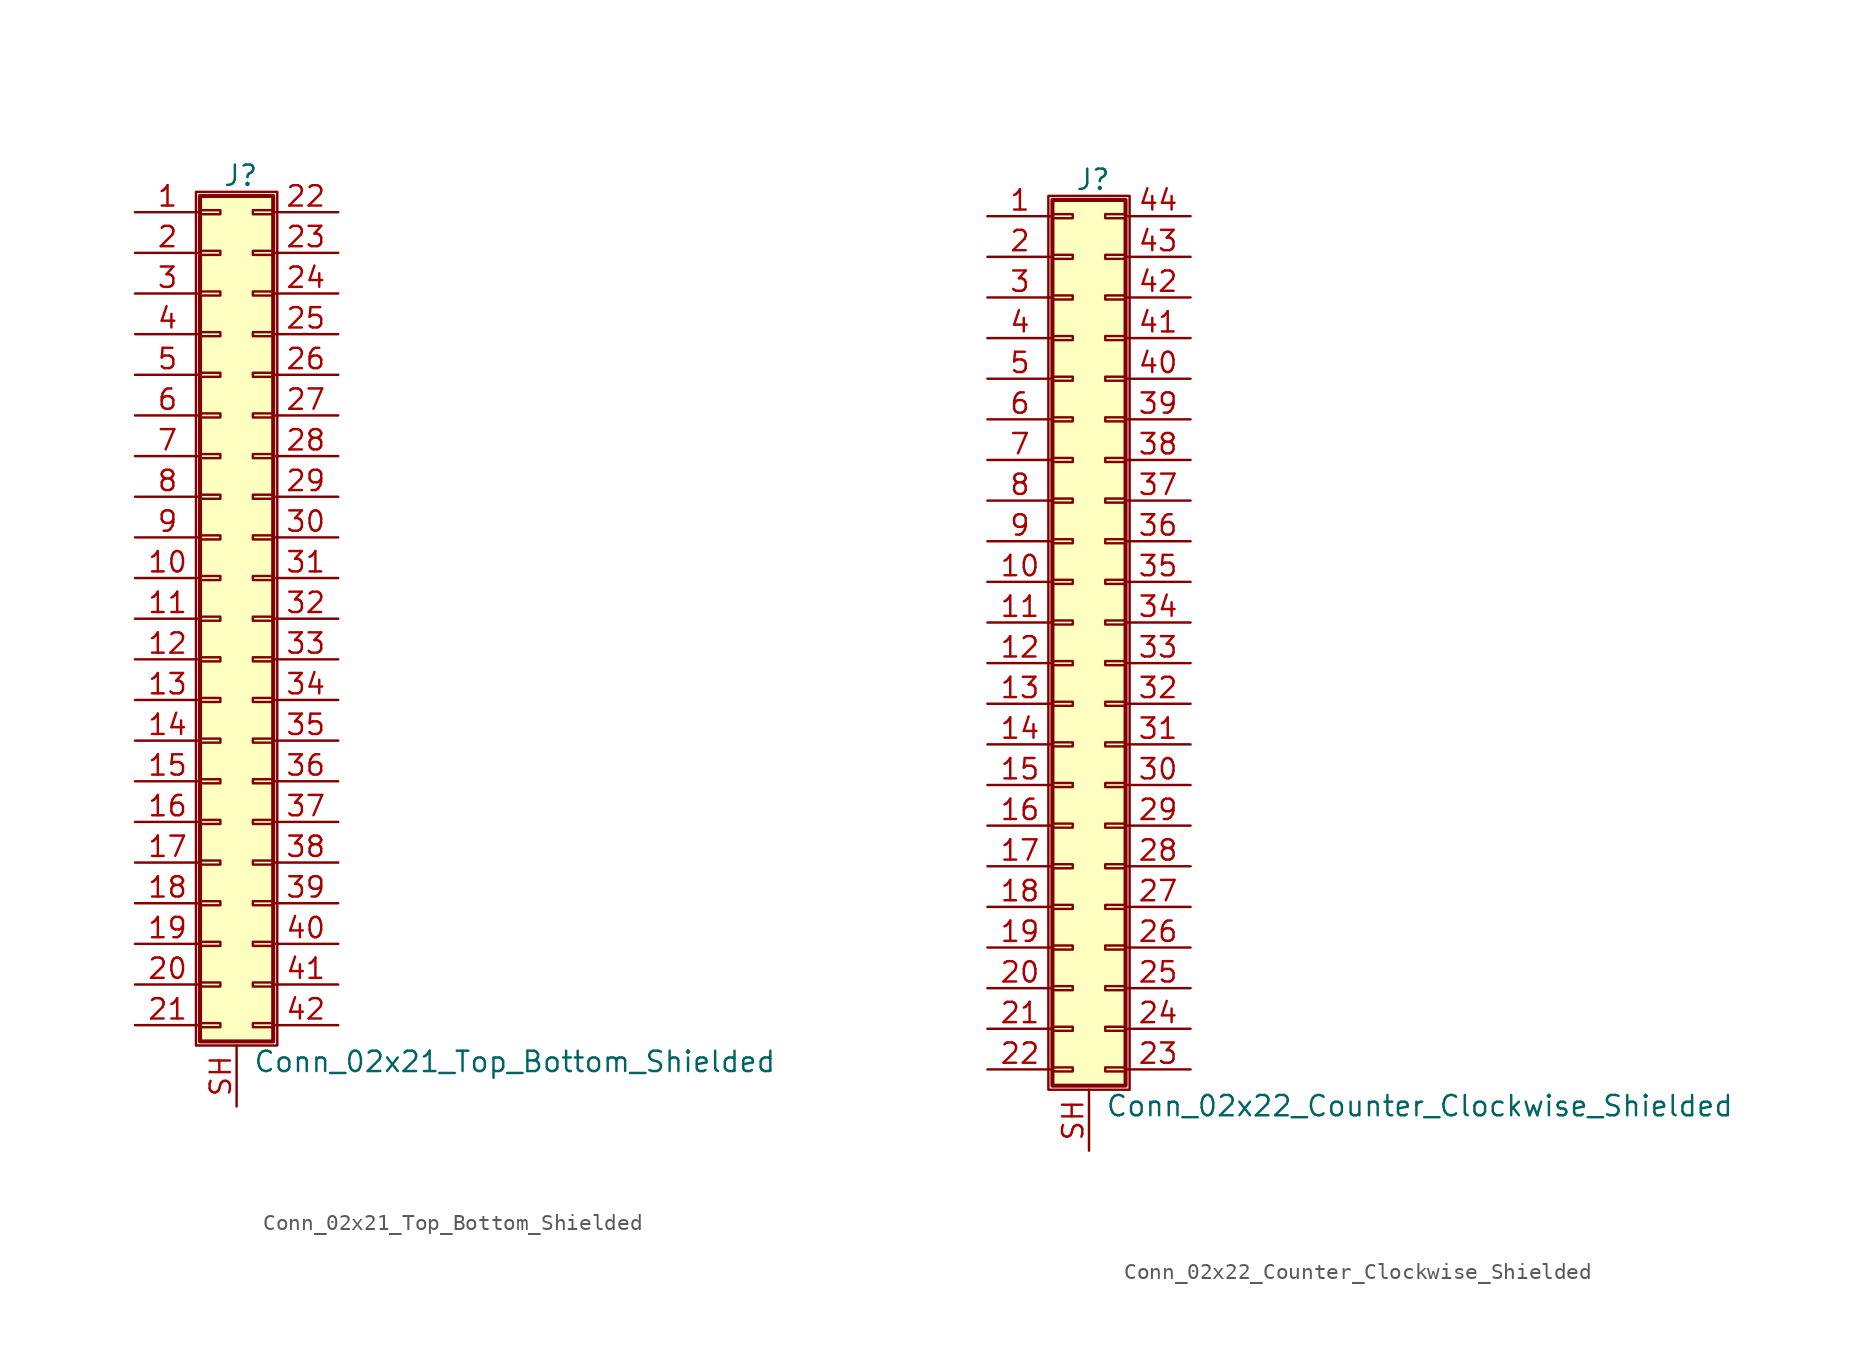
<source format=kicad_sym>
(kicad_symbol_lib
  (version 20201005)
  (generator kicad_symbol_editor)
  (symbol "Connector_Generic_Shielded:Conn_02x21_Top_Bottom_Shielded"
    (pin_names
      (offset 1.016) hide)
    (property "Reference" "J"
      (at 1.524 27.686 0)
      (effects (font (size 1.27 1.27))))
    (property "Value" "Conn_02x21_Top_Bottom_Shielded"
      (at 2.286 -27.686 0)
      (effects (font (size 1.27 1.27)) (justify left)))
    (symbol "Conn_02x21_Top_Bottom_Shielded_1_1"
      (rectangle (start -1.016 -4.953) (end 0.254 -5.207) (stroke (width 0.152)) (fill (type none)))
      (rectangle (start -1.016 -7.493) (end 0.254 -7.747) (stroke (width 0.152)) (fill (type none)))
      (rectangle (start -1.016 -10.033) (end 0.254 -10.287) (stroke (width 0.152)) (fill (type none)))
      (rectangle (start -1.016 -12.573) (end 0.254 -12.827) (stroke (width 0.152)) (fill (type none)))
      (rectangle (start -1.016 -15.113) (end 0.254 -15.367) (stroke (width 0.152)) (fill (type none)))
      (rectangle (start -1.016 -17.653) (end 0.254 -17.907) (stroke (width 0.152)) (fill (type none)))
      (rectangle (start -1.016 -20.193) (end 0.254 -20.447) (stroke (width 0.152)) (fill (type none)))
      (rectangle (start -1.016 -22.733) (end 0.254 -22.987) (stroke (width 0.152)) (fill (type none)))
      (rectangle (start -1.016 -2.413) (end 0.254 -2.667) (stroke (width 0.152)) (fill (type none)))
      (rectangle (start -1.016 -25.273) (end 0.254 -25.527) (stroke (width 0.152)) (fill (type none)))
      (rectangle (start -1.016 25.527) (end 0.254 25.273) (stroke (width 0.152)) (fill (type none)))
      (rectangle (start -1.016 26.416) (end 3.556 -26.416) (stroke (width 0.254)) (fill (type background)))
      (rectangle (start -1.016 2.667) (end 0.254 2.413) (stroke (width 0.152)) (fill (type none)))
      (rectangle (start -1.016 5.207) (end 0.254 4.953) (stroke (width 0.152)) (fill (type none)))
      (rectangle (start -1.016 7.747) (end 0.254 7.493) (stroke (width 0.152)) (fill (type none)))
      (rectangle (start -1.016 10.287) (end 0.254 10.033) (stroke (width 0.152)) (fill (type none)))
      (rectangle (start -1.016 0.127) (end 0.254 -0.127) (stroke (width 0.152)) (fill (type none)))
      (rectangle (start -1.016 12.827) (end 0.254 12.573) (stroke (width 0.152)) (fill (type none)))
      (rectangle (start -1.016 15.367) (end 0.254 15.113) (stroke (width 0.152)) (fill (type none)))
      (rectangle (start -1.016 17.907) (end 0.254 17.653) (stroke (width 0.152)) (fill (type none)))
      (rectangle (start -1.016 20.447) (end 0.254 20.193) (stroke (width 0.152)) (fill (type none)))
      (rectangle (start -1.016 22.987) (end 0.254 22.733) (stroke (width 0.152)) (fill (type none)))
      (rectangle (start -1.27 26.67) (end 3.81 -26.67) (stroke (width 0.152)) (fill (type none)))
      (rectangle (start 3.556 -4.953) (end 2.286 -5.207) (stroke (width 0.152)) (fill (type none)))
      (rectangle (start 3.556 -7.493) (end 2.286 -7.747) (stroke (width 0.152)) (fill (type none)))
      (rectangle (start 3.556 -10.033) (end 2.286 -10.287) (stroke (width 0.152)) (fill (type none)))
      (rectangle (start 3.556 -12.573) (end 2.286 -12.827) (stroke (width 0.152)) (fill (type none)))
      (rectangle (start 3.556 -15.113) (end 2.286 -15.367) (stroke (width 0.152)) (fill (type none)))
      (rectangle (start 3.556 -17.653) (end 2.286 -17.907) (stroke (width 0.152)) (fill (type none)))
      (rectangle (start 3.556 -20.193) (end 2.286 -20.447) (stroke (width 0.152)) (fill (type none)))
      (rectangle (start 3.556 -22.733) (end 2.286 -22.987) (stroke (width 0.152)) (fill (type none)))
      (rectangle (start 3.556 -2.413) (end 2.286 -2.667) (stroke (width 0.152)) (fill (type none)))
      (rectangle (start 3.556 -25.273) (end 2.286 -25.527) (stroke (width 0.152)) (fill (type none)))
      (rectangle (start 3.556 25.527) (end 2.286 25.273) (stroke (width 0.152)) (fill (type none)))
      (rectangle (start 3.556 2.667) (end 2.286 2.413) (stroke (width 0.152)) (fill (type none)))
      (rectangle (start 3.556 5.207) (end 2.286 4.953) (stroke (width 0.152)) (fill (type none)))
      (rectangle (start 3.556 7.747) (end 2.286 7.493) (stroke (width 0.152)) (fill (type none)))
      (rectangle (start 3.556 10.287) (end 2.286 10.033) (stroke (width 0.152)) (fill (type none)))
      (rectangle (start 3.556 0.127) (end 2.286 -0.127) (stroke (width 0.152)) (fill (type none)))
      (rectangle (start 3.556 12.827) (end 2.286 12.573) (stroke (width 0.152)) (fill (type none)))
      (rectangle (start 3.556 15.367) (end 2.286 15.113) (stroke (width 0.152)) (fill (type none)))
      (rectangle (start 3.556 17.907) (end 2.286 17.653) (stroke (width 0.152)) (fill (type none)))
      (rectangle (start 3.556 20.447) (end 2.286 20.193) (stroke (width 0.152)) (fill (type none)))
      (rectangle (start 3.556 22.987) (end 2.286 22.733) (stroke (width 0.152)) (fill (type none)))
      (pin passive line (at -5.08 25.4 0) (length 4.064) (name "Pin_1" (effects (font (size 1.27 1.27)))) (number "1" (effects (font (size 1.27 1.27)))))
      (pin passive line (at -5.08 2.54 0) (length 4.064) (name "Pin_10" (effects (font (size 1.27 1.27)))) (number "10" (effects (font (size 1.27 1.27)))))
      (pin passive line (at -5.08 0 0) (length 4.064) (name "Pin_11" (effects (font (size 1.27 1.27)))) (number "11" (effects (font (size 1.27 1.27)))))
      (pin passive line (at -5.08 -2.54 0) (length 4.064) (name "Pin_12" (effects (font (size 1.27 1.27)))) (number "12" (effects (font (size 1.27 1.27)))))
      (pin passive line (at -5.08 -5.08 0) (length 4.064) (name "Pin_13" (effects (font (size 1.27 1.27)))) (number "13" (effects (font (size 1.27 1.27)))))
      (pin passive line (at -5.08 -7.62 0) (length 4.064) (name "Pin_14" (effects (font (size 1.27 1.27)))) (number "14" (effects (font (size 1.27 1.27)))))
      (pin passive line (at -5.08 -10.16 0) (length 4.064) (name "Pin_15" (effects (font (size 1.27 1.27)))) (number "15" (effects (font (size 1.27 1.27)))))
      (pin passive line (at -5.08 -12.7 0) (length 4.064) (name "Pin_16" (effects (font (size 1.27 1.27)))) (number "16" (effects (font (size 1.27 1.27)))))
      (pin passive line (at -5.08 -15.24 0) (length 4.064) (name "Pin_17" (effects (font (size 1.27 1.27)))) (number "17" (effects (font (size 1.27 1.27)))))
      (pin passive line (at -5.08 -17.78 0) (length 4.064) (name "Pin_18" (effects (font (size 1.27 1.27)))) (number "18" (effects (font (size 1.27 1.27)))))
      (pin passive line (at -5.08 -20.32 0) (length 4.064) (name "Pin_19" (effects (font (size 1.27 1.27)))) (number "19" (effects (font (size 1.27 1.27)))))
      (pin passive line (at -5.08 22.86 0) (length 4.064) (name "Pin_2" (effects (font (size 1.27 1.27)))) (number "2" (effects (font (size 1.27 1.27)))))
      (pin passive line (at -5.08 -22.86 0) (length 4.064) (name "Pin_20" (effects (font (size 1.27 1.27)))) (number "20" (effects (font (size 1.27 1.27)))))
      (pin passive line (at -5.08 -25.4 0) (length 4.064) (name "Pin_21" (effects (font (size 1.27 1.27)))) (number "21" (effects (font (size 1.27 1.27)))))
      (pin passive line (at 7.62 25.4 180) (length 4.064) (name "Pin_22" (effects (font (size 1.27 1.27)))) (number "22" (effects (font (size 1.27 1.27)))))
      (pin passive line (at 7.62 22.86 180) (length 4.064) (name "Pin_23" (effects (font (size 1.27 1.27)))) (number "23" (effects (font (size 1.27 1.27)))))
      (pin passive line (at 7.62 20.32 180) (length 4.064) (name "Pin_24" (effects (font (size 1.27 1.27)))) (number "24" (effects (font (size 1.27 1.27)))))
      (pin passive line (at 7.62 17.78 180) (length 4.064) (name "Pin_25" (effects (font (size 1.27 1.27)))) (number "25" (effects (font (size 1.27 1.27)))))
      (pin passive line (at 7.62 15.24 180) (length 4.064) (name "Pin_26" (effects (font (size 1.27 1.27)))) (number "26" (effects (font (size 1.27 1.27)))))
      (pin passive line (at 7.62 12.7 180) (length 4.064) (name "Pin_27" (effects (font (size 1.27 1.27)))) (number "27" (effects (font (size 1.27 1.27)))))
      (pin passive line (at 7.62 10.16 180) (length 4.064) (name "Pin_28" (effects (font (size 1.27 1.27)))) (number "28" (effects (font (size 1.27 1.27)))))
      (pin passive line (at 7.62 7.62 180) (length 4.064) (name "Pin_29" (effects (font (size 1.27 1.27)))) (number "29" (effects (font (size 1.27 1.27)))))
      (pin passive line (at -5.08 20.32 0) (length 4.064) (name "Pin_3" (effects (font (size 1.27 1.27)))) (number "3" (effects (font (size 1.27 1.27)))))
      (pin passive line (at 7.62 5.08 180) (length 4.064) (name "Pin_30" (effects (font (size 1.27 1.27)))) (number "30" (effects (font (size 1.27 1.27)))))
      (pin passive line (at 7.62 2.54 180) (length 4.064) (name "Pin_31" (effects (font (size 1.27 1.27)))) (number "31" (effects (font (size 1.27 1.27)))))
      (pin passive line (at 7.62 0 180) (length 4.064) (name "Pin_32" (effects (font (size 1.27 1.27)))) (number "32" (effects (font (size 1.27 1.27)))))
      (pin passive line (at 7.62 -2.54 180) (length 4.064) (name "Pin_33" (effects (font (size 1.27 1.27)))) (number "33" (effects (font (size 1.27 1.27)))))
      (pin passive line (at 7.62 -5.08 180) (length 4.064) (name "Pin_34" (effects (font (size 1.27 1.27)))) (number "34" (effects (font (size 1.27 1.27)))))
      (pin passive line (at 7.62 -7.62 180) (length 4.064) (name "Pin_35" (effects (font (size 1.27 1.27)))) (number "35" (effects (font (size 1.27 1.27)))))
      (pin passive line (at 7.62 -10.16 180) (length 4.064) (name "Pin_36" (effects (font (size 1.27 1.27)))) (number "36" (effects (font (size 1.27 1.27)))))
      (pin passive line (at 7.62 -12.7 180) (length 4.064) (name "Pin_37" (effects (font (size 1.27 1.27)))) (number "37" (effects (font (size 1.27 1.27)))))
      (pin passive line (at 7.62 -15.24 180) (length 4.064) (name "Pin_38" (effects (font (size 1.27 1.27)))) (number "38" (effects (font (size 1.27 1.27)))))
      (pin passive line (at 7.62 -17.78 180) (length 4.064) (name "Pin_39" (effects (font (size 1.27 1.27)))) (number "39" (effects (font (size 1.27 1.27)))))
      (pin passive line (at -5.08 17.78 0) (length 4.064) (name "Pin_4" (effects (font (size 1.27 1.27)))) (number "4" (effects (font (size 1.27 1.27)))))
      (pin passive line (at 7.62 -20.32 180) (length 4.064) (name "Pin_40" (effects (font (size 1.27 1.27)))) (number "40" (effects (font (size 1.27 1.27)))))
      (pin passive line (at 7.62 -22.86 180) (length 4.064) (name "Pin_41" (effects (font (size 1.27 1.27)))) (number "41" (effects (font (size 1.27 1.27)))))
      (pin passive line (at 7.62 -25.4 180) (length 4.064) (name "Pin_42" (effects (font (size 1.27 1.27)))) (number "42" (effects (font (size 1.27 1.27)))))
      (pin passive line (at -5.08 15.24 0) (length 4.064) (name "Pin_5" (effects (font (size 1.27 1.27)))) (number "5" (effects (font (size 1.27 1.27)))))
      (pin passive line (at -5.08 12.7 0) (length 4.064) (name "Pin_6" (effects (font (size 1.27 1.27)))) (number "6" (effects (font (size 1.27 1.27)))))
      (pin passive line (at -5.08 10.16 0) (length 4.064) (name "Pin_7" (effects (font (size 1.27 1.27)))) (number "7" (effects (font (size 1.27 1.27)))))
      (pin passive line (at -5.08 7.62 0) (length 4.064) (name "Pin_8" (effects (font (size 1.27 1.27)))) (number "8" (effects (font (size 1.27 1.27)))))
      (pin passive line (at -5.08 5.08 0) (length 4.064) (name "Pin_9" (effects (font (size 1.27 1.27)))) (number "9" (effects (font (size 1.27 1.27)))))
      (pin passive line (at 1.27 -30.48 90) (length 3.81) (name "Shield" (effects (font (size 1.27 1.27)))) (number "SH" (effects (font (size 1.27 1.27)))))))
  (symbol "Connector_Generic_Shielded:Conn_02x22_Counter_Clockwise_Shielded"
    (pin_names
      (offset 1.016) hide)
    (property "Reference" "J"
      (at 1.524 27.686 0)
      (effects (font (size 1.27 1.27))))
    (property "Value" "Conn_02x22_Counter_Clockwise_Shielded"
      (at 2.286 -30.226 0)
      (effects (font (size 1.27 1.27)) (justify left)))
    (symbol "Conn_02x22_Counter_Clockwise_Shielded_1_1"
      (rectangle (start -1.016 -27.813) (end 0.254 -28.067) (stroke (width 0.152)) (fill (type none)))
      (rectangle (start -1.016 -4.953) (end 0.254 -5.207) (stroke (width 0.152)) (fill (type none)))
      (rectangle (start -1.016 -7.493) (end 0.254 -7.747) (stroke (width 0.152)) (fill (type none)))
      (rectangle (start -1.016 -10.033) (end 0.254 -10.287) (stroke (width 0.152)) (fill (type none)))
      (rectangle (start -1.016 -12.573) (end 0.254 -12.827) (stroke (width 0.152)) (fill (type none)))
      (rectangle (start -1.016 -15.113) (end 0.254 -15.367) (stroke (width 0.152)) (fill (type none)))
      (rectangle (start -1.016 -17.653) (end 0.254 -17.907) (stroke (width 0.152)) (fill (type none)))
      (rectangle (start -1.016 -20.193) (end 0.254 -20.447) (stroke (width 0.152)) (fill (type none)))
      (rectangle (start -1.016 -22.733) (end 0.254 -22.987) (stroke (width 0.152)) (fill (type none)))
      (rectangle (start -1.016 -2.413) (end 0.254 -2.667) (stroke (width 0.152)) (fill (type none)))
      (rectangle (start -1.016 -25.273) (end 0.254 -25.527) (stroke (width 0.152)) (fill (type none)))
      (rectangle (start -1.016 25.527) (end 0.254 25.273) (stroke (width 0.152)) (fill (type none)))
      (rectangle (start -1.016 26.416) (end 3.556 -28.956) (stroke (width 0.254)) (fill (type background)))
      (rectangle (start -1.016 2.667) (end 0.254 2.413) (stroke (width 0.152)) (fill (type none)))
      (rectangle (start -1.016 5.207) (end 0.254 4.953) (stroke (width 0.152)) (fill (type none)))
      (rectangle (start -1.016 7.747) (end 0.254 7.493) (stroke (width 0.152)) (fill (type none)))
      (rectangle (start -1.016 10.287) (end 0.254 10.033) (stroke (width 0.152)) (fill (type none)))
      (rectangle (start -1.016 0.127) (end 0.254 -0.127) (stroke (width 0.152)) (fill (type none)))
      (rectangle (start -1.016 12.827) (end 0.254 12.573) (stroke (width 0.152)) (fill (type none)))
      (rectangle (start -1.016 15.367) (end 0.254 15.113) (stroke (width 0.152)) (fill (type none)))
      (rectangle (start -1.016 17.907) (end 0.254 17.653) (stroke (width 0.152)) (fill (type none)))
      (rectangle (start -1.016 20.447) (end 0.254 20.193) (stroke (width 0.152)) (fill (type none)))
      (rectangle (start -1.016 22.987) (end 0.254 22.733) (stroke (width 0.152)) (fill (type none)))
      (rectangle (start -1.27 26.67) (end 3.81 -29.21) (stroke (width 0.152)) (fill (type none)))
      (rectangle (start 3.556 -27.813) (end 2.286 -28.067) (stroke (width 0.152)) (fill (type none)))
      (rectangle (start 3.556 -4.953) (end 2.286 -5.207) (stroke (width 0.152)) (fill (type none)))
      (rectangle (start 3.556 -7.493) (end 2.286 -7.747) (stroke (width 0.152)) (fill (type none)))
      (rectangle (start 3.556 -10.033) (end 2.286 -10.287) (stroke (width 0.152)) (fill (type none)))
      (rectangle (start 3.556 -12.573) (end 2.286 -12.827) (stroke (width 0.152)) (fill (type none)))
      (rectangle (start 3.556 -15.113) (end 2.286 -15.367) (stroke (width 0.152)) (fill (type none)))
      (rectangle (start 3.556 -17.653) (end 2.286 -17.907) (stroke (width 0.152)) (fill (type none)))
      (rectangle (start 3.556 -20.193) (end 2.286 -20.447) (stroke (width 0.152)) (fill (type none)))
      (rectangle (start 3.556 -22.733) (end 2.286 -22.987) (stroke (width 0.152)) (fill (type none)))
      (rectangle (start 3.556 -2.413) (end 2.286 -2.667) (stroke (width 0.152)) (fill (type none)))
      (rectangle (start 3.556 -25.273) (end 2.286 -25.527) (stroke (width 0.152)) (fill (type none)))
      (rectangle (start 3.556 25.527) (end 2.286 25.273) (stroke (width 0.152)) (fill (type none)))
      (rectangle (start 3.556 2.667) (end 2.286 2.413) (stroke (width 0.152)) (fill (type none)))
      (rectangle (start 3.556 5.207) (end 2.286 4.953) (stroke (width 0.152)) (fill (type none)))
      (rectangle (start 3.556 7.747) (end 2.286 7.493) (stroke (width 0.152)) (fill (type none)))
      (rectangle (start 3.556 10.287) (end 2.286 10.033) (stroke (width 0.152)) (fill (type none)))
      (rectangle (start 3.556 0.127) (end 2.286 -0.127) (stroke (width 0.152)) (fill (type none)))
      (rectangle (start 3.556 12.827) (end 2.286 12.573) (stroke (width 0.152)) (fill (type none)))
      (rectangle (start 3.556 15.367) (end 2.286 15.113) (stroke (width 0.152)) (fill (type none)))
      (rectangle (start 3.556 17.907) (end 2.286 17.653) (stroke (width 0.152)) (fill (type none)))
      (rectangle (start 3.556 20.447) (end 2.286 20.193) (stroke (width 0.152)) (fill (type none)))
      (rectangle (start 3.556 22.987) (end 2.286 22.733) (stroke (width 0.152)) (fill (type none)))
      (pin passive line (at -5.08 25.4 0) (length 4.064) (name "Pin_1" (effects (font (size 1.27 1.27)))) (number "1" (effects (font (size 1.27 1.27)))))
      (pin passive line (at -5.08 2.54 0) (length 4.064) (name "Pin_10" (effects (font (size 1.27 1.27)))) (number "10" (effects (font (size 1.27 1.27)))))
      (pin passive line (at -5.08 0 0) (length 4.064) (name "Pin_11" (effects (font (size 1.27 1.27)))) (number "11" (effects (font (size 1.27 1.27)))))
      (pin passive line (at -5.08 -2.54 0) (length 4.064) (name "Pin_12" (effects (font (size 1.27 1.27)))) (number "12" (effects (font (size 1.27 1.27)))))
      (pin passive line (at -5.08 -5.08 0) (length 4.064) (name "Pin_13" (effects (font (size 1.27 1.27)))) (number "13" (effects (font (size 1.27 1.27)))))
      (pin passive line (at -5.08 -7.62 0) (length 4.064) (name "Pin_14" (effects (font (size 1.27 1.27)))) (number "14" (effects (font (size 1.27 1.27)))))
      (pin passive line (at -5.08 -10.16 0) (length 4.064) (name "Pin_15" (effects (font (size 1.27 1.27)))) (number "15" (effects (font (size 1.27 1.27)))))
      (pin passive line (at -5.08 -12.7 0) (length 4.064) (name "Pin_16" (effects (font (size 1.27 1.27)))) (number "16" (effects (font (size 1.27 1.27)))))
      (pin passive line (at -5.08 -15.24 0) (length 4.064) (name "Pin_17" (effects (font (size 1.27 1.27)))) (number "17" (effects (font (size 1.27 1.27)))))
      (pin passive line (at -5.08 -17.78 0) (length 4.064) (name "Pin_18" (effects (font (size 1.27 1.27)))) (number "18" (effects (font (size 1.27 1.27)))))
      (pin passive line (at -5.08 -20.32 0) (length 4.064) (name "Pin_19" (effects (font (size 1.27 1.27)))) (number "19" (effects (font (size 1.27 1.27)))))
      (pin passive line (at -5.08 22.86 0) (length 4.064) (name "Pin_2" (effects (font (size 1.27 1.27)))) (number "2" (effects (font (size 1.27 1.27)))))
      (pin passive line (at -5.08 -22.86 0) (length 4.064) (name "Pin_20" (effects (font (size 1.27 1.27)))) (number "20" (effects (font (size 1.27 1.27)))))
      (pin passive line (at -5.08 -25.4 0) (length 4.064) (name "Pin_21" (effects (font (size 1.27 1.27)))) (number "21" (effects (font (size 1.27 1.27)))))
      (pin passive line (at -5.08 -27.94 0) (length 4.064) (name "Pin_22" (effects (font (size 1.27 1.27)))) (number "22" (effects (font (size 1.27 1.27)))))
      (pin passive line (at 7.62 -27.94 180) (length 4.064) (name "Pin_23" (effects (font (size 1.27 1.27)))) (number "23" (effects (font (size 1.27 1.27)))))
      (pin passive line (at 7.62 -25.4 180) (length 4.064) (name "Pin_24" (effects (font (size 1.27 1.27)))) (number "24" (effects (font (size 1.27 1.27)))))
      (pin passive line (at 7.62 -22.86 180) (length 4.064) (name "Pin_25" (effects (font (size 1.27 1.27)))) (number "25" (effects (font (size 1.27 1.27)))))
      (pin passive line (at 7.62 -20.32 180) (length 4.064) (name "Pin_26" (effects (font (size 1.27 1.27)))) (number "26" (effects (font (size 1.27 1.27)))))
      (pin passive line (at 7.62 -17.78 180) (length 4.064) (name "Pin_27" (effects (font (size 1.27 1.27)))) (number "27" (effects (font (size 1.27 1.27)))))
      (pin passive line (at 7.62 -15.24 180) (length 4.064) (name "Pin_28" (effects (font (size 1.27 1.27)))) (number "28" (effects (font (size 1.27 1.27)))))
      (pin passive line (at 7.62 -12.7 180) (length 4.064) (name "Pin_29" (effects (font (size 1.27 1.27)))) (number "29" (effects (font (size 1.27 1.27)))))
      (pin passive line (at -5.08 20.32 0) (length 4.064) (name "Pin_3" (effects (font (size 1.27 1.27)))) (number "3" (effects (font (size 1.27 1.27)))))
      (pin passive line (at 7.62 -10.16 180) (length 4.064) (name "Pin_30" (effects (font (size 1.27 1.27)))) (number "30" (effects (font (size 1.27 1.27)))))
      (pin passive line (at 7.62 -7.62 180) (length 4.064) (name "Pin_31" (effects (font (size 1.27 1.27)))) (number "31" (effects (font (size 1.27 1.27)))))
      (pin passive line (at 7.62 -5.08 180) (length 4.064) (name "Pin_32" (effects (font (size 1.27 1.27)))) (number "32" (effects (font (size 1.27 1.27)))))
      (pin passive line (at 7.62 -2.54 180) (length 4.064) (name "Pin_33" (effects (font (size 1.27 1.27)))) (number "33" (effects (font (size 1.27 1.27)))))
      (pin passive line (at 7.62 0 180) (length 4.064) (name "Pin_34" (effects (font (size 1.27 1.27)))) (number "34" (effects (font (size 1.27 1.27)))))
      (pin passive line (at 7.62 2.54 180) (length 4.064) (name "Pin_35" (effects (font (size 1.27 1.27)))) (number "35" (effects (font (size 1.27 1.27)))))
      (pin passive line (at 7.62 5.08 180) (length 4.064) (name "Pin_36" (effects (font (size 1.27 1.27)))) (number "36" (effects (font (size 1.27 1.27)))))
      (pin passive line (at 7.62 7.62 180) (length 4.064) (name "Pin_37" (effects (font (size 1.27 1.27)))) (number "37" (effects (font (size 1.27 1.27)))))
      (pin passive line (at 7.62 10.16 180) (length 4.064) (name "Pin_38" (effects (font (size 1.27 1.27)))) (number "38" (effects (font (size 1.27 1.27)))))
      (pin passive line (at 7.62 12.7 180) (length 4.064) (name "Pin_39" (effects (font (size 1.27 1.27)))) (number "39" (effects (font (size 1.27 1.27)))))
      (pin passive line (at -5.08 17.78 0) (length 4.064) (name "Pin_4" (effects (font (size 1.27 1.27)))) (number "4" (effects (font (size 1.27 1.27)))))
      (pin passive line (at 7.62 15.24 180) (length 4.064) (name "Pin_40" (effects (font (size 1.27 1.27)))) (number "40" (effects (font (size 1.27 1.27)))))
      (pin passive line (at 7.62 17.78 180) (length 4.064) (name "Pin_41" (effects (font (size 1.27 1.27)))) (number "41" (effects (font (size 1.27 1.27)))))
      (pin passive line (at 7.62 20.32 180) (length 4.064) (name "Pin_42" (effects (font (size 1.27 1.27)))) (number "42" (effects (font (size 1.27 1.27)))))
      (pin passive line (at 7.62 22.86 180) (length 4.064) (name "Pin_43" (effects (font (size 1.27 1.27)))) (number "43" (effects (font (size 1.27 1.27)))))
      (pin passive line (at 7.62 25.4 180) (length 4.064) (name "Pin_44" (effects (font (size 1.27 1.27)))) (number "44" (effects (font (size 1.27 1.27)))))
      (pin passive line (at -5.08 15.24 0) (length 4.064) (name "Pin_5" (effects (font (size 1.27 1.27)))) (number "5" (effects (font (size 1.27 1.27)))))
      (pin passive line (at -5.08 12.7 0) (length 4.064) (name "Pin_6" (effects (font (size 1.27 1.27)))) (number "6" (effects (font (size 1.27 1.27)))))
      (pin passive line (at -5.08 10.16 0) (length 4.064) (name "Pin_7" (effects (font (size 1.27 1.27)))) (number "7" (effects (font (size 1.27 1.27)))))
      (pin passive line (at -5.08 7.62 0) (length 4.064) (name "Pin_8" (effects (font (size 1.27 1.27)))) (number "8" (effects (font (size 1.27 1.27)))))
      (pin passive line (at -5.08 5.08 0) (length 4.064) (name "Pin_9" (effects (font (size 1.27 1.27)))) (number "9" (effects (font (size 1.27 1.27)))))
      (pin passive line (at 1.27 -33.02 90) (length 3.81) (name "Shield" (effects (font (size 1.27 1.27)))) (number "SH" (effects (font (size 1.27 1.27))))))))
</source>
